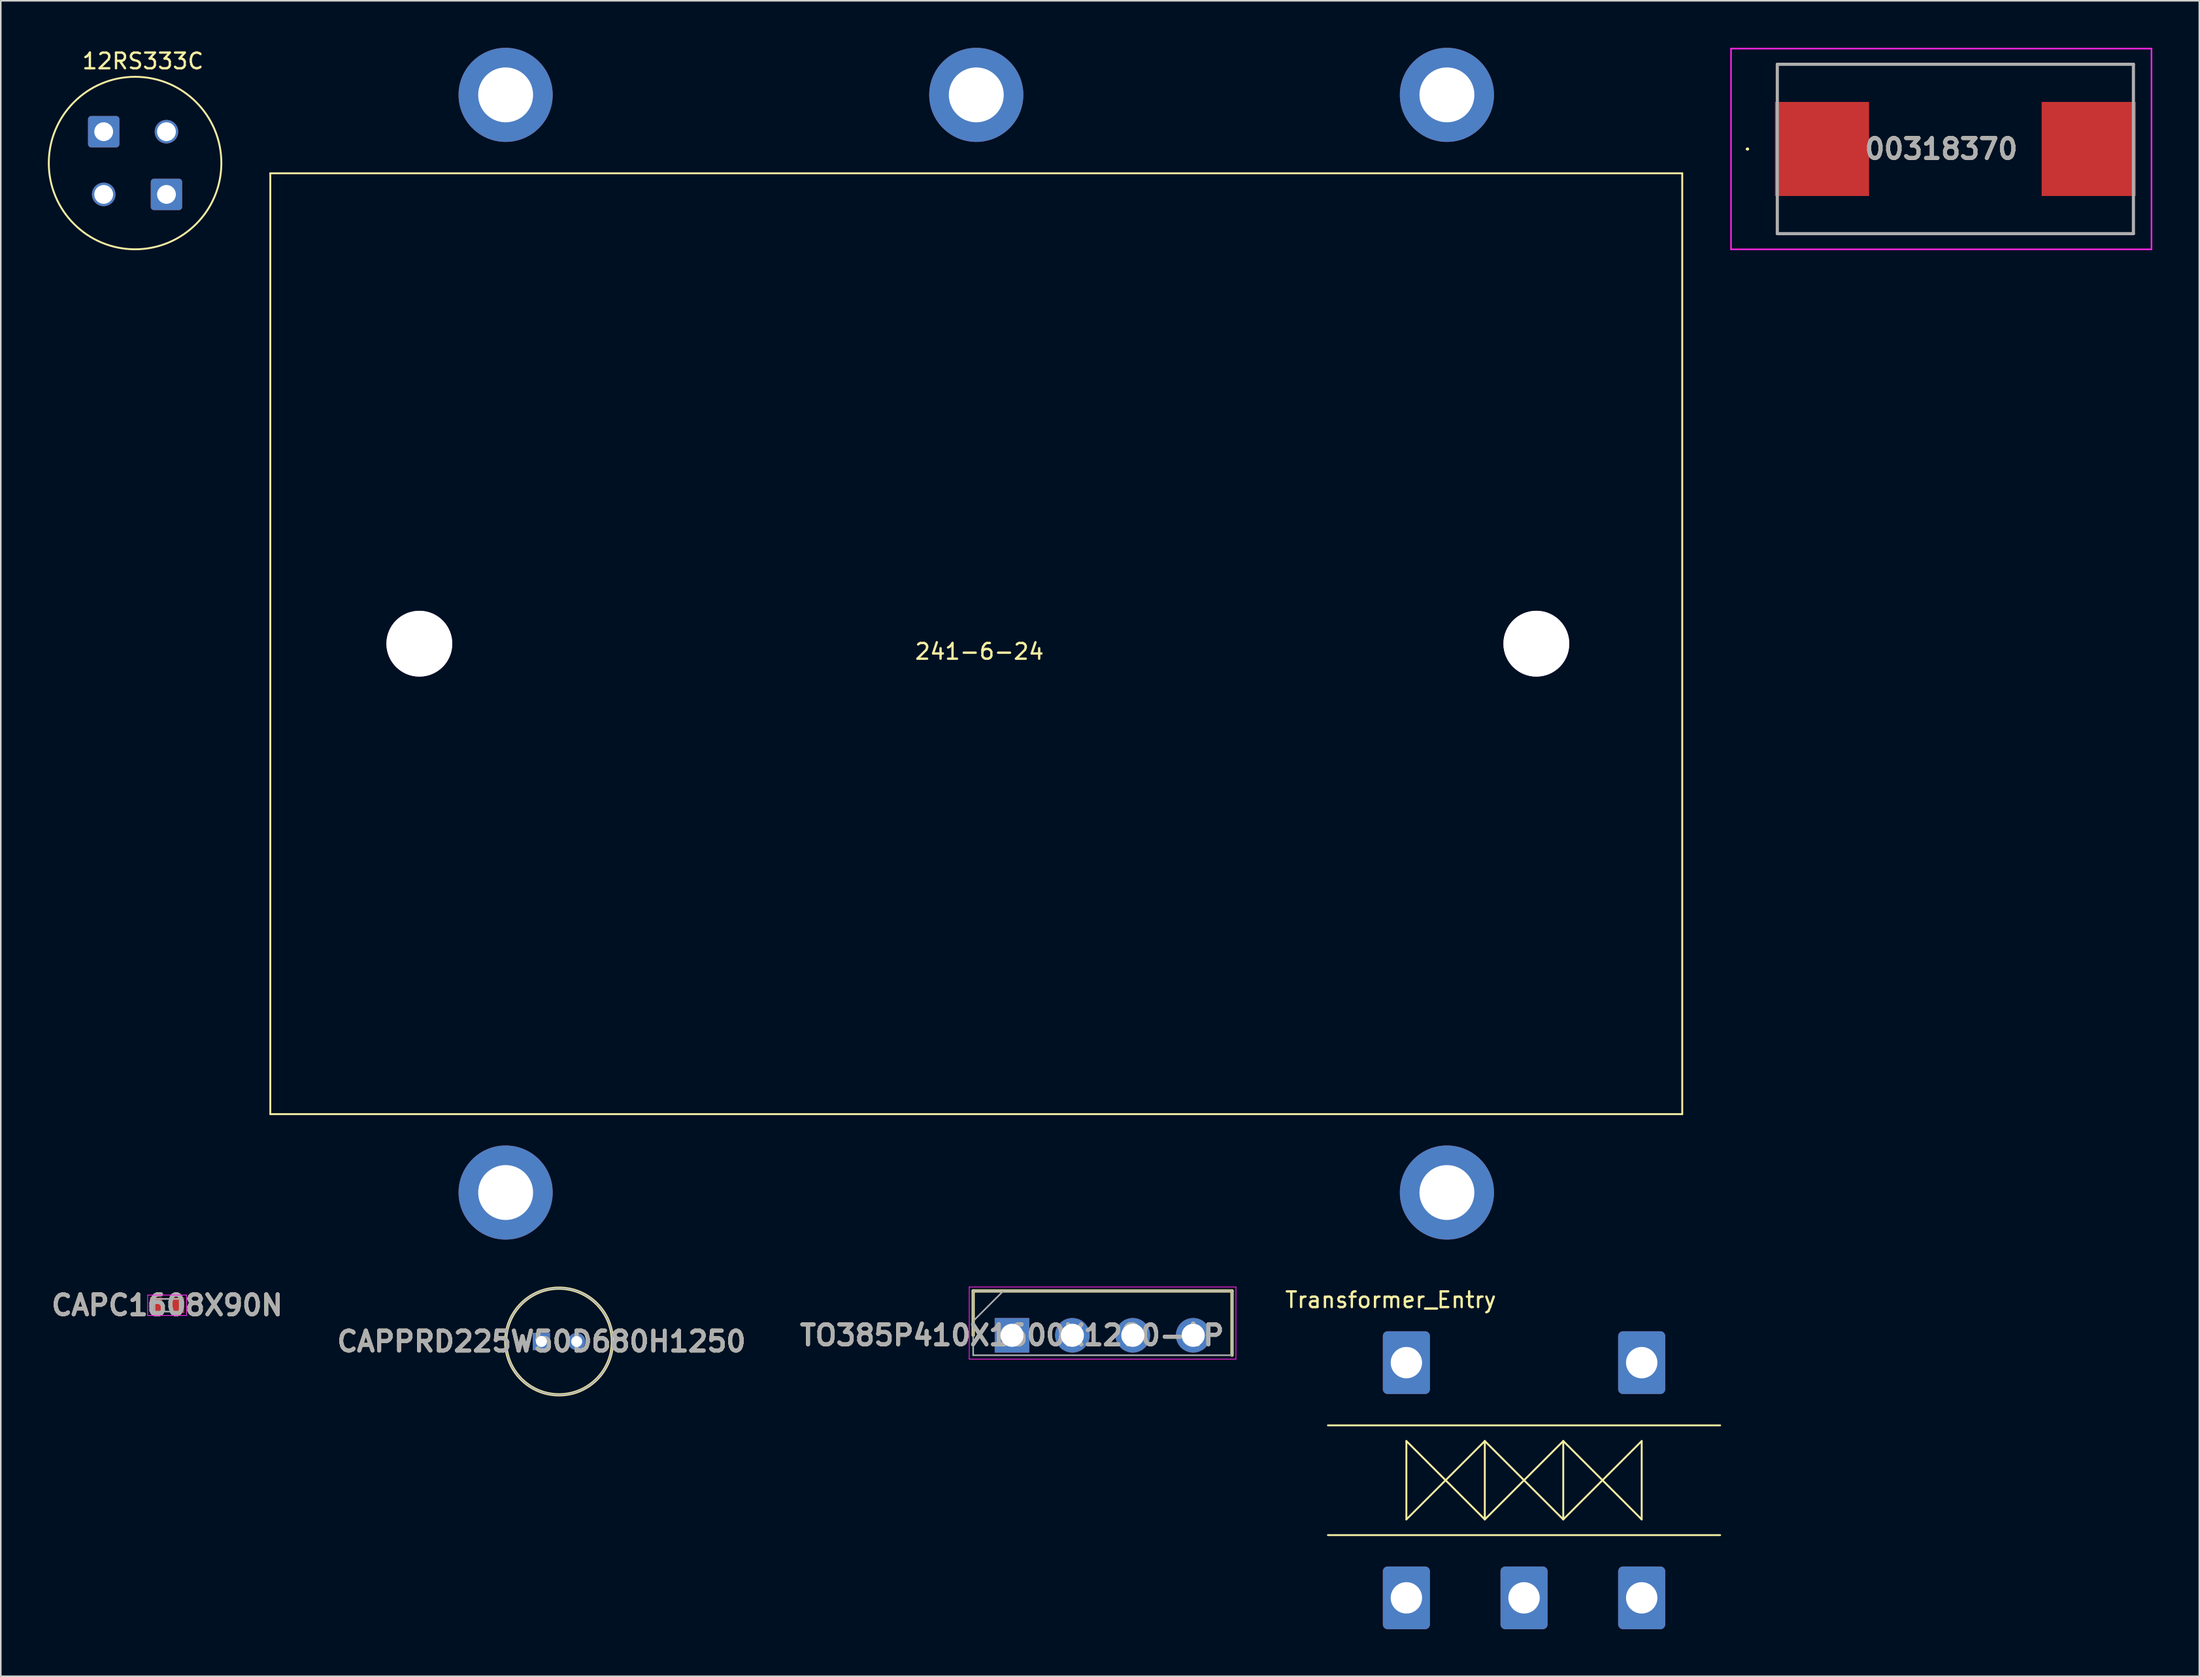
<source format=kicad_pcb>
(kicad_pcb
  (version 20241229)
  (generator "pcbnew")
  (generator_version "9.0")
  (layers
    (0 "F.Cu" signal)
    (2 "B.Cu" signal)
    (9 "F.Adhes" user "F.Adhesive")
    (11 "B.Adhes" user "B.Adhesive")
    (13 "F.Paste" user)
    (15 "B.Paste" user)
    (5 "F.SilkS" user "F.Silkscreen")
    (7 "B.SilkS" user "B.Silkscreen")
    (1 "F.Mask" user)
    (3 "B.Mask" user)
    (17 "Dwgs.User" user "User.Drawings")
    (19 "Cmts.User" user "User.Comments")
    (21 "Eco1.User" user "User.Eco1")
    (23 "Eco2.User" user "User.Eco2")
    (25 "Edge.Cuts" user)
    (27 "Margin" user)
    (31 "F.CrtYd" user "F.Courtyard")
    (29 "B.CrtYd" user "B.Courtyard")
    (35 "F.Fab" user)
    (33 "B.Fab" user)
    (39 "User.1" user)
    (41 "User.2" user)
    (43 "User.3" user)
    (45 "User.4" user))
  (footprint "CAPC1608X90N"
    (layer "F.Cu")
    (at 7.602 80.189)
    (property "Reference" "CAPC1608X90N" (at 0 0 0) (layer "F.SilkS") (effects (font (size 1.27 1.27) (thickness 0.254))))
    (attr smd)
    (fp_line (start -1.24 -0.65) (end 1.24 -0.65) (stroke (width 0.05) (type solid)) (layer "F.CrtYd"))
    (fp_line (start -1.24 0.65) (end -1.24 -0.65) (stroke (width 0.05) (type solid)) (layer "F.CrtYd"))
    (fp_line (start 1.24 -0.65) (end 1.24 0.65) (stroke (width 0.05) (type solid)) (layer "F.CrtYd"))
    (fp_line (start 1.24 0.65) (end -1.24 0.65) (stroke (width 0.05) (type solid)) (layer "F.CrtYd"))
    (fp_line (start -0.8 -0.405) (end 0.8 -0.405) (stroke (width 0.1) (type solid)) (layer "F.Fab"))
    (fp_line (start -0.8 0.405) (end -0.8 -0.405) (stroke (width 0.1) (type solid)) (layer "F.Fab"))
    (fp_line (start 0.8 -0.405) (end 0.8 0.405) (stroke (width 0.1) (type solid)) (layer "F.Fab"))
    (fp_line (start 0.8 0.405) (end -0.8 0.405) (stroke (width 0.1) (type solid)) (layer "F.Fab"))
    (fp_text user "${REFERENCE}" (at 0 0 0) (layer "F.Fab") (effects (font (size 1.27 1.27) (thickness 0.254))))
    (pad "1" smd rect (at -0.7 0) (size 0.78 0.99) (layers "F.Cu" "F.Mask" "F.Paste"))
    (pad "2" smd rect (at 0.7 0) (size 0.78 0.99) (layers "F.Cu" "F.Mask" "F.Paste")))
  (footprint "00318370"
    (layer "F.Cu")
    (at 121.59 6.45)
    (property "Reference" "00318370" (at -0.9 0 0) (layer "F.SilkS") (effects (font (size 1.27 1.27) (thickness 0.254))))
    (attr smd)
    (fp_line (start -13.3 0) (end -13.3 0) (stroke (width 0.1) (type solid)) (layer "F.SilkS"))
    (fp_line (start -13.3 0) (end -13.3 0) (stroke (width 0.1) (type solid)) (layer "F.SilkS"))
    (fp_line (start -13.2 0) (end -13.2 0) (stroke (width 0.1) (type solid)) (layer "F.SilkS"))
    (fp_line (start -11.35 -5.4) (end -11.35 -5.4) (stroke (width 0.1) (type solid)) (layer "F.SilkS"))
    (fp_line (start -11.35 -5.4) (end -11.35 -5.4) (stroke (width 0.1) (type solid)) (layer "F.SilkS"))
    (fp_line (start -11.35 -5.4) (end -11.35 -3.5) (stroke (width 0.1) (type solid)) (layer "F.SilkS"))
    (fp_line (start -11.35 -5.4) (end 11.35 -5.4) (stroke (width 0.1) (type solid)) (layer "F.SilkS"))
    (fp_line (start -11.35 -3.5) (end -11.35 -5.4) (stroke (width 0.1) (type solid)) (layer "F.SilkS"))
    (fp_line (start -11.35 -3.5) (end -11.35 -3.5) (stroke (width 0.1) (type solid)) (layer "F.SilkS"))
    (fp_line (start -11.35 3.5) (end -11.35 3.5) (stroke (width 0.1) (type solid)) (layer "F.SilkS"))
    (fp_line (start -11.35 3.5) (end -11.35 5.4) (stroke (width 0.1) (type solid)) (layer "F.SilkS"))
    (fp_line (start -11.35 5.4) (end -11.35 3.5) (stroke (width 0.1) (type solid)) (layer "F.SilkS"))
    (fp_line (start -11.35 5.4) (end -11.35 5.4) (stroke (width 0.1) (type solid)) (layer "F.SilkS"))
    (fp_line (start -11.35 5.4) (end -11.35 5.4) (stroke (width 0.1) (type solid)) (layer "F.SilkS"))
    (fp_line (start -11.35 5.4) (end 11.35 5.4) (stroke (width 0.1) (type solid)) (layer "F.SilkS"))
    (fp_line (start 11.35 -5.4) (end -11.35 -5.4) (stroke (width 0.1) (type solid)) (layer "F.SilkS"))
    (fp_line (start 11.35 -5.4) (end 11.35 -5.4) (stroke (width 0.1) (type solid)) (layer "F.SilkS"))
    (fp_line (start 11.35 -5.4) (end 11.35 -5.4) (stroke (width 0.1) (type solid)) (layer "F.SilkS"))
    (fp_line (start 11.35 -5.4) (end 11.35 -3.5) (stroke (width 0.1) (type solid)) (layer "F.SilkS"))
    (fp_line (start 11.35 -3.5) (end 11.35 -5.4) (stroke (width 0.1) (type solid)) (layer "F.SilkS"))
    (fp_line (start 11.35 -3.5) (end 11.35 -3.5) (stroke (width 0.1) (type solid)) (layer "F.SilkS"))
    (fp_line (start 11.35 3.5) (end 11.35 3.5) (stroke (width 0.1) (type solid)) (layer "F.SilkS"))
    (fp_line (start 11.35 3.5) (end 11.35 5.4) (stroke (width 0.1) (type solid)) (layer "F.SilkS"))
    (fp_line (start 11.35 5.4) (end -11.35 5.4) (stroke (width 0.1) (type solid)) (layer "F.SilkS"))
    (fp_line (start 11.35 5.4) (end 11.35 3.5) (stroke (width 0.1) (type solid)) (layer "F.SilkS"))
    (fp_line (start 11.35 5.4) (end 11.35 5.4) (stroke (width 0.1) (type solid)) (layer "F.SilkS"))
    (fp_line (start 11.35 5.4) (end 11.35 5.4) (stroke (width 0.1) (type solid)) (layer "F.SilkS"))
    (fp_arc (start -13.3 0) (mid -13.25 -0.05) (end -13.2 0) (stroke (width 0.1) (type solid)) (layer "F.SilkS"))
    (fp_arc (start -13.2 0) (mid -13.25 0.05) (end -13.3 0) (stroke (width 0.1) (type solid)) (layer "F.SilkS"))
    (fp_arc (start -13.2 0) (mid -13.25 0.05) (end -13.3 0) (stroke (width 0.1) (type solid)) (layer "F.SilkS"))
    (fp_line (start -14.3 -6.4) (end 12.5 -6.4) (stroke (width 0.1) (type solid)) (layer "F.CrtYd"))
    (fp_line (start -14.3 6.4) (end -14.3 -6.4) (stroke (width 0.1) (type solid)) (layer "F.CrtYd"))
    (fp_line (start 12.5 -6.4) (end 12.5 6.4) (stroke (width 0.1) (type solid)) (layer "F.CrtYd"))
    (fp_line (start 12.5 6.4) (end -14.3 6.4) (stroke (width 0.1) (type solid)) (layer "F.CrtYd"))
    (fp_line (start -11.35 -5.4) (end -11.35 5.4) (stroke (width 0.2) (type solid)) (layer "F.Fab"))
    (fp_line (start -11.35 5.4) (end 11.35 5.4) (stroke (width 0.2) (type solid)) (layer "F.Fab"))
    (fp_line (start 11.35 -5.4) (end -11.35 -5.4) (stroke (width 0.2) (type solid)) (layer "F.Fab"))
    (fp_line (start 11.35 5.4) (end 11.35 -5.4) (stroke (width 0.2) (type solid)) (layer "F.Fab"))
    (fp_text user "${REFERENCE}" (at -0.9 0 0) (layer "F.Fab") (effects (font (size 1.27 1.27) (thickness 0.254))))
    (pad "1" smd rect (at -8.5 0 90) (size 6 6) (layers "F.Cu" "F.Mask" "F.Paste"))
    (pad "2" smd rect (at 8.5 0 90) (size 6 6) (layers "F.Cu" "F.Mask" "F.Paste")))
  (footprint "CAPPRD225W50D680H1250"
    (layer "F.Cu")
    (at 31.46 82.5)
    (property "Reference" "CAPPRD225W50D680H1250" (at 0 0 0) (layer "F.SilkS") (effects (font (size 1.27 1.27) (thickness 0.254))))
    (attr through_hole)
    (fp_circle (center 1.125 0) (end 1.125 3.4) (stroke (width 0.2) (type solid)) (fill no) (layer "F.SilkS"))
    (fp_circle (center 1.125 0) (end 1.125 3.4) (stroke (width 0.1) (type solid)) (fill no) (layer "F.Fab"))
    (fp_text user "${REFERENCE}" (at 0 0 0) (layer "F.Fab") (effects (font (size 1.27 1.27) (thickness 0.254))))
    (pad "1" thru_hole rect (at 0 0) (size 1.1 1.1) (drill 0.7) (layers "*.Cu" "*.Mask"))
    (pad "2" thru_hole circle (at 2.25 0) (size 1.1 1.1) (drill 0.7) (layers "*.Cu" "*.Mask")))
  (footprint "12RS333C"
    (layer "F.Cu")
    (at 3.56 5.348)
    (property "Reference" "12RS333C" (at 2.5 -4.5 0) (layer "F.SilkS") (effects (font (size 1 1) (thickness 0.15))))
    (attr through_hole)
    (fp_circle (center 2 2) (end -3.5 2) (stroke (width 0.12) (type solid)) (fill no) (layer "F.SilkS"))
    (pad "1" thru_hole roundrect (at 0 0) (size 2 2) (drill 1.2) (layers "*.Cu" "*.Mask") (roundrect_rratio 0.1))
    (pad "2" thru_hole roundrect (at 4 4) (size 2 2) (drill 1.2) (layers "*.Cu" "*.Mask") (roundrect_rratio 0.1))
    (pad "3" thru_hole circle (at 0 4) (size 1.5 1.5) (drill 1.2) (layers "*.Cu" "*.Mask"))
    (pad "4" thru_hole circle (at 4 0) (size 1.5 1.5) (drill 1.2) (layers "*.Cu" "*.Mask")))
  (footprint "241-6-24"
    (layer "F.Cu")
    (at 59.18 38)
    (property "Reference" "241-6-24" (at 0.2 0.5 0) (layer "F.SilkS") (effects (font (size 1 1) (thickness 0.15))))
    (attr through_hole)
    (fp_line (start -45 -30) (end -45 30) (stroke (width 0.12) (type solid)) (layer "F.SilkS"))
    (fp_line (start -45 30) (end 45 30) (stroke (width 0.12) (type solid)) (layer "F.SilkS"))
    (fp_line (start 45 -30) (end -45 -30) (stroke (width 0.12) (type solid)) (layer "F.SilkS"))
    (fp_line (start 45 30) (end 45 -30) (stroke (width 0.12) (type solid)) (layer "F.SilkS"))
    (pad "1" thru_hole circle (at -30 35) (size 6 6) (drill 3.5) (layers "*.Cu" "*.Mask"))
    (pad "2" thru_hole circle (at -35.7 0) (size 1.524 1.524) (drill 0.762) (layers "*.Cu" "*.Mask"))
    (pad "2" thru_hole circle (at 30 35) (size 6 6) (drill 3.5) (layers "*.Cu" "*.Mask"))
    (pad "3" thru_hole circle (at 30 -35) (size 6 6) (drill 3.5) (layers "*.Cu" "*.Mask"))
    (pad "3" thru_hole circle (at 35.7 0) (size 4.2 4.2) (drill 4.2) (layers "*.Cu" "*.Mask"))
    (pad "4" thru_hole circle (at -35.5 0) (size 4.2 4.2) (drill 4.2) (layers "*.Cu" "*.Mask"))
    (pad "4" thru_hole circle (at 0 -35) (size 6 6) (drill 3.5) (layers "*.Cu" "*.Mask"))
    (pad "5" thru_hole circle (at -30 -35) (size 6 6) (drill 3.5) (layers "*.Cu" "*.Mask")))
  (footprint "Transformer_Entry"
    (layer "F.Cu")
    (at 86.596 83.848)
    (property "Reference" "Transformer_Entry" (at -1 -4 0) (layer "F.SilkS") (effects (font (size 1 1) (thickness 0.15))))
    (attr through_hole)
    (fp_line (start -5 4) (end 20 4) (stroke (width 0.12) (type solid)) (layer "F.SilkS"))
    (fp_line (start -5 11) (end 20 11) (stroke (width 0.12) (type solid)) (layer "F.SilkS"))
    (fp_line (start 0 5) (end 5 10) (stroke (width 0.12) (type solid)) (layer "F.SilkS"))
    (fp_line (start 0 10) (end 0 5) (stroke (width 0.12) (type solid)) (layer "F.SilkS"))
    (fp_line (start 5 5) (end 0 10) (stroke (width 0.12) (type solid)) (layer "F.SilkS"))
    (fp_line (start 5 5) (end 10 10) (stroke (width 0.12) (type solid)) (layer "F.SilkS"))
    (fp_line (start 5 10) (end 5 5) (stroke (width 0.12) (type solid)) (layer "F.SilkS"))
    (fp_line (start 10 5) (end 5 10) (stroke (width 0.12) (type solid)) (layer "F.SilkS"))
    (fp_line (start 10 5) (end 15 10) (stroke (width 0.12) (type solid)) (layer "F.SilkS"))
    (fp_line (start 10 10) (end 10 5) (stroke (width 0.12) (type solid)) (layer "F.SilkS"))
    (fp_line (start 15 5) (end 10 10) (stroke (width 0.12) (type solid)) (layer "F.SilkS"))
    (fp_line (start 15 10) (end 15 5) (stroke (width 0.12) (type solid)) (layer "F.SilkS"))
    (pad "1" thru_hole roundrect (at 0 0) (size 3 4) (drill 2) (layers "*.Cu" "*.Mask") (roundrect_rratio 0.1))
    (pad "2" thru_hole roundrect (at 15 0) (size 3 4) (drill 2) (layers "*.Cu" "*.Mask") (roundrect_rratio 0.1))
    (pad "3" thru_hole roundrect (at 0 15) (size 3 4) (drill 2) (layers "*.Cu" "*.Mask") (roundrect_rratio 0.1))
    (pad "4" thru_hole roundrect (at 7.5 15) (size 3 4) (drill 2) (layers "*.Cu" "*.Mask") (roundrect_rratio 0.1))
    (pad "5" thru_hole roundrect (at 15 15) (size 3 4) (drill 2) (layers "*.Cu" "*.Mask") (roundrect_rratio 0.1)))
  (footprint "TO385P410X1600X1290-4P"
    (layer "F.Cu")
    (at 61.457 82.105)
    (property "Reference" "TO385P410X1600X1290-4P" (at 0 0 0) (layer "F.SilkS") (effects (font (size 1.27 1.27) (thickness 0.254))))
    (attr through_hole)
    (fp_line (start -2.475 -2.83) (end -2.475 0) (stroke (width 0.2) (type solid)) (layer "F.SilkS"))
    (fp_line (start 14.025 -2.83) (end -2.475 -2.83) (stroke (width 0.2) (type solid)) (layer "F.SilkS"))
    (fp_line (start 14.025 1.27) (end 14.025 -2.83) (stroke (width 0.2) (type solid)) (layer "F.SilkS"))
    (fp_line (start -2.725 -3.08) (end 14.275 -3.08) (stroke (width 0.05) (type solid)) (layer "F.CrtYd"))
    (fp_line (start -2.725 1.52) (end -2.725 -3.08) (stroke (width 0.05) (type solid)) (layer "F.CrtYd"))
    (fp_line (start 14.275 -3.08) (end 14.275 1.52) (stroke (width 0.05) (type solid)) (layer "F.CrtYd"))
    (fp_line (start 14.275 1.52) (end -2.725 1.52) (stroke (width 0.05) (type solid)) (layer "F.CrtYd"))
    (fp_line (start -2.475 -2.83) (end 14.025 -2.83) (stroke (width 0.1) (type solid)) (layer "F.Fab"))
    (fp_line (start -2.475 -0.905) (end -0.55 -2.83) (stroke (width 0.1) (type solid)) (layer "F.Fab"))
    (fp_line (start -2.475 1.27) (end -2.475 -2.83) (stroke (width 0.1) (type solid)) (layer "F.Fab"))
    (fp_line (start 14.025 -2.83) (end 14.025 1.27) (stroke (width 0.1) (type solid)) (layer "F.Fab"))
    (fp_line (start 14.025 1.27) (end -2.475 1.27) (stroke (width 0.1) (type solid)) (layer "F.Fab"))
    (fp_text user "${REFERENCE}" (at 0 0 0) (layer "F.Fab") (effects (font (size 1.27 1.27) (thickness 0.254))))
    (pad "1" thru_hole rect (at 0 0) (size 2.205 2.205) (drill 1.47) (layers "*.Cu" "*.Mask"))
    (pad "2" thru_hole circle (at 3.85 0) (size 2.205 2.205) (drill 1.47) (layers "*.Cu" "*.Mask"))
    (pad "3" thru_hole circle (at 7.7 0) (size 2.205 2.205) (drill 1.47) (layers "*.Cu" "*.Mask"))
    (pad "4" thru_hole circle (at 11.55 0) (size 2.205 2.205) (drill 1.47) (layers "*.Cu" "*.Mask")))
  (gr_rect
    (start -3 -3)
    (end 137.14 103.848)
    (stroke (width 0.1) (type default))
    (fill no)
    (layer "Edge.Cuts")))
</source>
